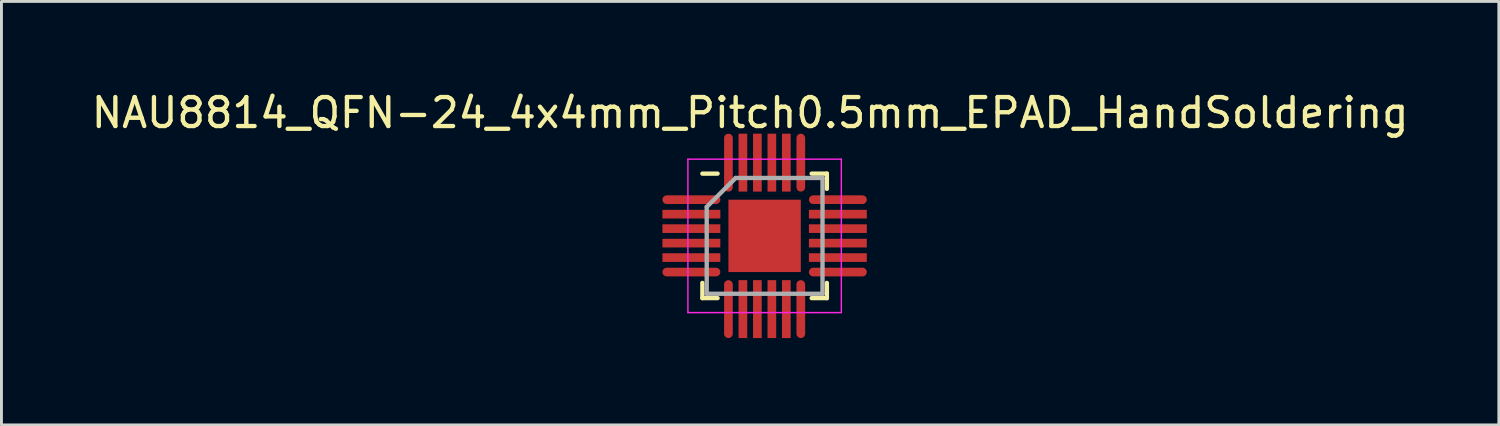
<source format=kicad_pcb>
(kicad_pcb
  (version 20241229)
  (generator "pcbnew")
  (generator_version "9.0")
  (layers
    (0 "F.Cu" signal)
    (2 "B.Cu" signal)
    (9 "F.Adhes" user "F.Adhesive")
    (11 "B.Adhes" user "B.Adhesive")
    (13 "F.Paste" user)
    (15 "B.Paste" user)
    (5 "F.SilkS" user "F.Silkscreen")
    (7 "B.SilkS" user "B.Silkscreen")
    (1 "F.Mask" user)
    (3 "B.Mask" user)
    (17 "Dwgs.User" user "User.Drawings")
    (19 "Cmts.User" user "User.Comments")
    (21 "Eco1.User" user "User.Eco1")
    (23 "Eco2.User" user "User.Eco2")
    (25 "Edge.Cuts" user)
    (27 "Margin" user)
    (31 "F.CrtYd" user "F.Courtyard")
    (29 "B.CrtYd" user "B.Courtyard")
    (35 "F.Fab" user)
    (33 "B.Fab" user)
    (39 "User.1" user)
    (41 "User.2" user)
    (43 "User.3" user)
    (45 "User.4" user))
  (footprint "NAU8814_QFN-24_4x4mm_Pitch0.5mm_EPAD_HandSoldering"
    (layer "F.Cu")
    (at 23.363 5.098)
    (property "Reference" "NAU8814_QFN-24_4x4mm_Pitch0.5mm_EPAD_HandSoldering" (at -0.5 -4.25 0) (layer "F.SilkS") (effects (font (size 1 1) (thickness 0.15))))
    (attr smd)
    (fp_line (start -2.15 -2.15) (end -1.625 -2.15) (stroke (width 0.15) (type solid)) (layer "F.SilkS"))
    (fp_line (start -2.15 2.15) (end -2.15 1.625) (stroke (width 0.15) (type solid)) (layer "F.SilkS"))
    (fp_line (start -2.15 2.15) (end -1.625 2.15) (stroke (width 0.15) (type solid)) (layer "F.SilkS"))
    (fp_line (start 2.15 -2.15) (end 1.625 -2.15) (stroke (width 0.15) (type solid)) (layer "F.SilkS"))
    (fp_line (start 2.15 -2.15) (end 2.15 -1.625) (stroke (width 0.15) (type solid)) (layer "F.SilkS"))
    (fp_line (start 2.15 2.15) (end 1.625 2.15) (stroke (width 0.15) (type solid)) (layer "F.SilkS"))
    (fp_line (start 2.15 2.15) (end 2.15 1.625) (stroke (width 0.15) (type solid)) (layer "F.SilkS"))
    (fp_line (start -2.65 -2.65) (end -2.65 2.65) (stroke (width 0.05) (type solid)) (layer "F.CrtYd"))
    (fp_line (start -2.65 -2.65) (end 2.65 -2.65) (stroke (width 0.05) (type solid)) (layer "F.CrtYd"))
    (fp_line (start -2.65 2.65) (end 2.65 2.65) (stroke (width 0.05) (type solid)) (layer "F.CrtYd"))
    (fp_line (start 2.65 -2.65) (end 2.65 2.65) (stroke (width 0.05) (type solid)) (layer "F.CrtYd"))
    (fp_line (start -2 -1) (end -1 -2) (stroke (width 0.15) (type solid)) (layer "F.Fab"))
    (fp_line (start -2 2) (end -2 -1) (stroke (width 0.15) (type solid)) (layer "F.Fab"))
    (fp_line (start -1 -2) (end 2 -2) (stroke (width 0.15) (type solid)) (layer "F.Fab"))
    (fp_line (start 2 -2) (end 2 2) (stroke (width 0.15) (type solid)) (layer "F.Fab"))
    (fp_line (start 2 2) (end -2 2) (stroke (width 0.15) (type solid)) (layer "F.Fab"))
    (pad "1" smd oval (at -2.53 -1.25) (size 2 0.3) (layers "F.Cu" "F.Mask" "F.Paste"))
    (pad "2" smd rect (at -2.53 -0.75) (size 2 0.3) (layers "F.Cu" "F.Mask" "F.Paste"))
    (pad "3" smd rect (at -2.53 -0.25) (size 2 0.3) (layers "F.Cu" "F.Mask" "F.Paste"))
    (pad "4" smd rect (at -2.53 0.25) (size 2 0.3) (layers "F.Cu" "F.Mask" "F.Paste"))
    (pad "5" smd rect (at -2.53 0.75) (size 2 0.3) (layers "F.Cu" "F.Mask" "F.Paste"))
    (pad "6" smd oval (at -2.53 1.25) (size 2 0.3) (layers "F.Cu" "F.Mask" "F.Paste"))
    (pad "7" smd oval (at -1.25 2.53 90) (size 2 0.3) (layers "F.Cu" "F.Mask" "F.Paste"))
    (pad "8" smd rect (at -0.75 2.53 90) (size 2 0.3) (layers "F.Cu" "F.Mask" "F.Paste"))
    (pad "9" smd rect (at -0.25 2.53 90) (size 2 0.3) (layers "F.Cu" "F.Mask" "F.Paste"))
    (pad "10" smd rect (at 0.25 2.53 90) (size 2 0.3) (layers "F.Cu" "F.Mask" "F.Paste"))
    (pad "11" smd rect (at 0.75 2.53 90) (size 2 0.3) (layers "F.Cu" "F.Mask" "F.Paste"))
    (pad "12" smd oval (at 1.25 2.53 90) (size 2 0.3) (layers "F.Cu" "F.Mask" "F.Paste"))
    (pad "13" smd oval (at 2.53 1.25) (size 2 0.3) (layers "F.Cu" "F.Mask" "F.Paste"))
    (pad "14" smd rect (at 2.53 0.75) (size 2 0.3) (layers "F.Cu" "F.Mask" "F.Paste"))
    (pad "15" smd rect (at 2.53 0.25) (size 2 0.3) (layers "F.Cu" "F.Mask" "F.Paste"))
    (pad "16" smd rect (at 2.53 -0.25) (size 2 0.3) (layers "F.Cu" "F.Mask" "F.Paste"))
    (pad "17" smd rect (at 2.53 -0.75) (size 2 0.3) (layers "F.Cu" "F.Mask" "F.Paste"))
    (pad "18" smd oval (at 2.53 -1.25) (size 2 0.3) (layers "F.Cu" "F.Mask" "F.Paste"))
    (pad "19" smd oval (at 1.25 -2.53 90) (size 2 0.3) (layers "F.Cu" "F.Mask" "F.Paste"))
    (pad "20" smd rect (at 0.75 -2.53 90) (size 2 0.3) (layers "F.Cu" "F.Mask" "F.Paste"))
    (pad "21" smd rect (at 0.25 -2.53 90) (size 2 0.3) (layers "F.Cu" "F.Mask" "F.Paste"))
    (pad "22" smd rect (at -0.25 -2.53 90) (size 2 0.3) (layers "F.Cu" "F.Mask" "F.Paste"))
    (pad "23" smd rect (at -0.75 -2.53 90) (size 2 0.3) (layers "F.Cu" "F.Mask" "F.Paste"))
    (pad "24" smd oval (at -1.25 -2.53 90) (size 2 0.3) (layers "F.Cu" "F.Mask" "F.Paste"))
    (pad "25" smd rect (at 0 0) (size 2.5 2.5) (layers "F.Cu" "F.Mask" "F.Paste")))
  (gr_rect
    (start -3 -3)
    (end 48.726 11.628)
    (stroke (width 0.1) (type default))
    (fill no)
    (layer "Edge.Cuts")))
</source>
